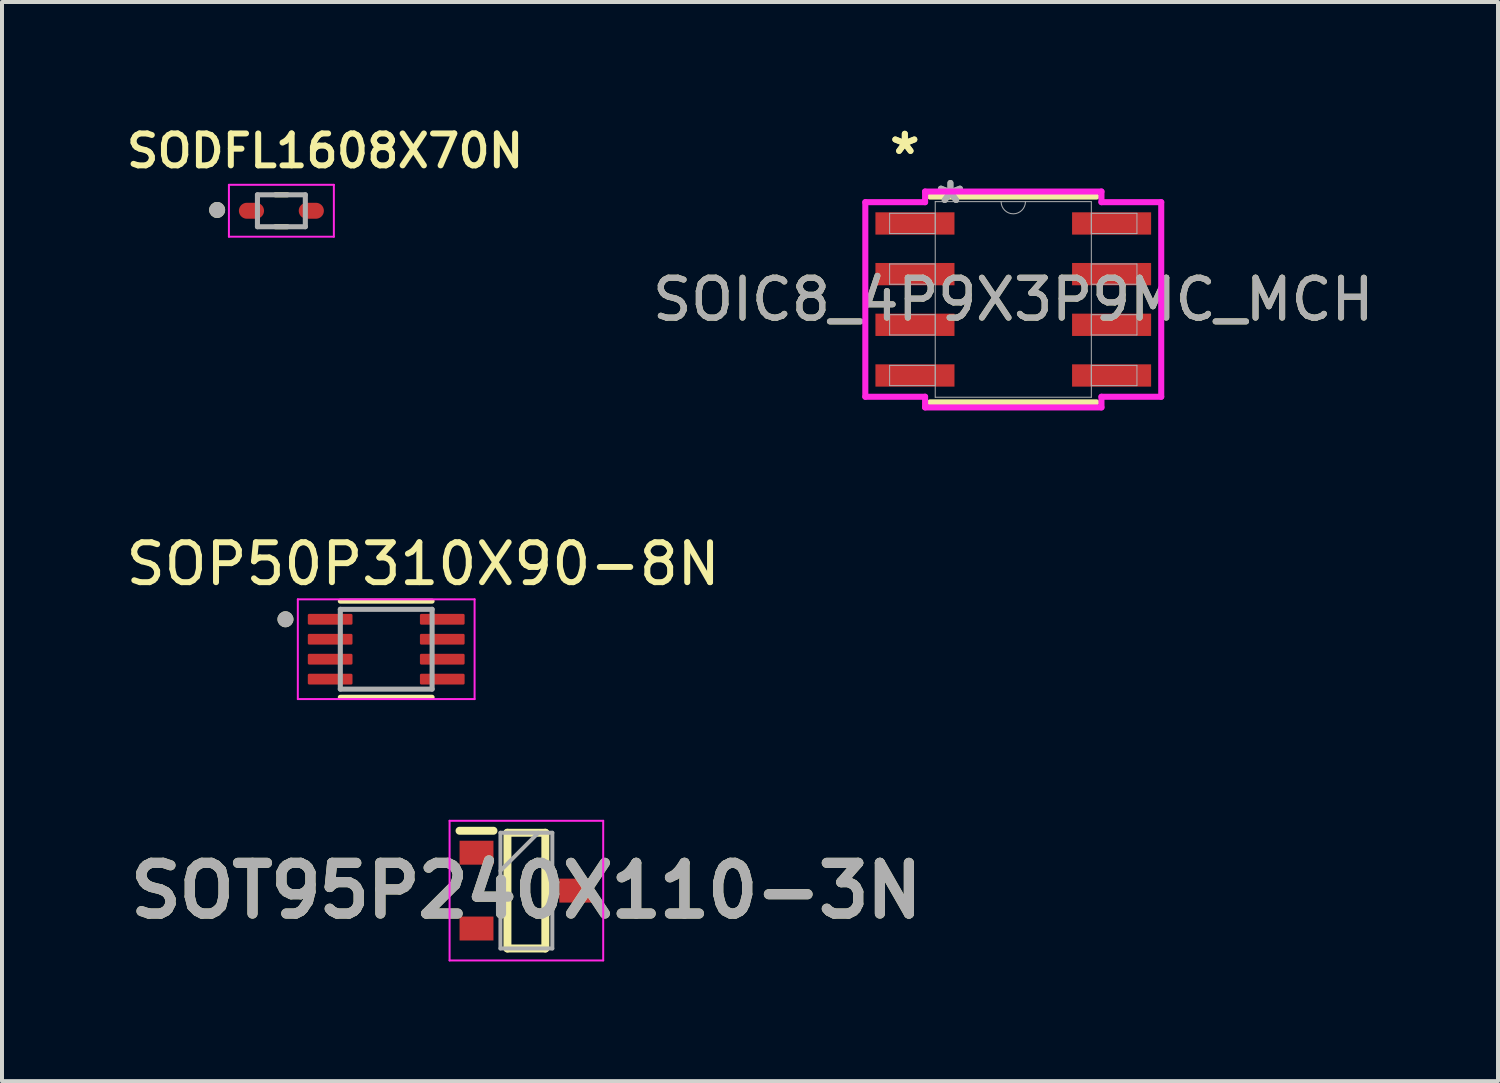
<source format=kicad_pcb>
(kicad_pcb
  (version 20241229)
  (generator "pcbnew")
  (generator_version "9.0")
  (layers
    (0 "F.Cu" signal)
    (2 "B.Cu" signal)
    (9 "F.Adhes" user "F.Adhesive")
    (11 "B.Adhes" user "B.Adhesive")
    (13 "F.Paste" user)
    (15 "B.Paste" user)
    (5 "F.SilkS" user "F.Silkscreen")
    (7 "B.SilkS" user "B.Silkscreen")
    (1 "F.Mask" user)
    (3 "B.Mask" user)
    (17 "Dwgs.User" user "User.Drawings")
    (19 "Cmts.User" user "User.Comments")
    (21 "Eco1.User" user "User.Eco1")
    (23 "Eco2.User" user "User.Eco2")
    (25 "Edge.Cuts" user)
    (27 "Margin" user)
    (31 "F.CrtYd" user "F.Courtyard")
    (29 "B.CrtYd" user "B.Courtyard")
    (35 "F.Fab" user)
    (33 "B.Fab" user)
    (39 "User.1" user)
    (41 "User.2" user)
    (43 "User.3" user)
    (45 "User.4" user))
  (footprint "SOIC8_4P9X3P9MC_MCH"
    (layer "F.Cu")
    (at 22.344 4.455)
    (property "Reference" "SOIC8_4P9X3P9MC_MCH" (at 0 0 0) (unlocked yes) (layer "F.SilkS") (effects (font (size 1 1) (thickness 0.15))))
    (attr smd)
    (fp_line (start -2.083 2.578) (end 2.083 2.578) (stroke (width 0.152) (type solid)) (layer "F.SilkS"))
    (fp_line (start 2.083 -2.578) (end -2.083 -2.578) (stroke (width 0.152) (type solid)) (layer "F.SilkS"))
    (fp_line (start -3.708 -2.438) (end -2.21 -2.438) (stroke (width 0.152) (type solid)) (layer "F.CrtYd"))
    (fp_line (start -3.708 2.438) (end -3.708 -2.438) (stroke (width 0.152) (type solid)) (layer "F.CrtYd"))
    (fp_line (start -3.708 2.438) (end -2.21 2.438) (stroke (width 0.152) (type solid)) (layer "F.CrtYd"))
    (fp_line (start -2.21 -2.705) (end 2.21 -2.705) (stroke (width 0.152) (type solid)) (layer "F.CrtYd"))
    (fp_line (start -2.21 -2.438) (end -2.21 -2.705) (stroke (width 0.152) (type solid)) (layer "F.CrtYd"))
    (fp_line (start -2.21 2.705) (end -2.21 2.438) (stroke (width 0.152) (type solid)) (layer "F.CrtYd"))
    (fp_line (start 2.21 -2.705) (end 2.21 -2.438) (stroke (width 0.152) (type solid)) (layer "F.CrtYd"))
    (fp_line (start 2.21 2.438) (end 2.21 2.705) (stroke (width 0.152) (type solid)) (layer "F.CrtYd"))
    (fp_line (start 2.21 2.705) (end -2.21 2.705) (stroke (width 0.152) (type solid)) (layer "F.CrtYd"))
    (fp_line (start 3.708 -2.438) (end 2.21 -2.438) (stroke (width 0.152) (type solid)) (layer "F.CrtYd"))
    (fp_line (start 3.708 -2.438) (end 3.708 2.438) (stroke (width 0.152) (type solid)) (layer "F.CrtYd"))
    (fp_line (start 3.708 2.438) (end 2.21 2.438) (stroke (width 0.152) (type solid)) (layer "F.CrtYd"))
    (fp_line (start -3.099 -2.159) (end -3.099 -1.651) (stroke (width 0.025) (type solid)) (layer "F.Fab"))
    (fp_line (start -3.099 -1.651) (end -1.956 -1.651) (stroke (width 0.025) (type solid)) (layer "F.Fab"))
    (fp_line (start -3.099 -0.889) (end -3.099 -0.381) (stroke (width 0.025) (type solid)) (layer "F.Fab"))
    (fp_line (start -3.099 -0.381) (end -1.956 -0.381) (stroke (width 0.025) (type solid)) (layer "F.Fab"))
    (fp_line (start -3.099 0.381) (end -3.099 0.889) (stroke (width 0.025) (type solid)) (layer "F.Fab"))
    (fp_line (start -3.099 0.889) (end -1.956 0.889) (stroke (width 0.025) (type solid)) (layer "F.Fab"))
    (fp_line (start -3.099 1.651) (end -3.099 2.159) (stroke (width 0.025) (type solid)) (layer "F.Fab"))
    (fp_line (start -3.099 2.159) (end -1.956 2.159) (stroke (width 0.025) (type solid)) (layer "F.Fab"))
    (fp_line (start -1.956 -2.451) (end -1.956 2.451) (stroke (width 0.025) (type solid)) (layer "F.Fab"))
    (fp_line (start -1.956 -2.159) (end -3.099 -2.159) (stroke (width 0.025) (type solid)) (layer "F.Fab"))
    (fp_line (start -1.956 -1.651) (end -1.956 -2.159) (stroke (width 0.025) (type solid)) (layer "F.Fab"))
    (fp_line (start -1.956 -0.889) (end -3.099 -0.889) (stroke (width 0.025) (type solid)) (layer "F.Fab"))
    (fp_line (start -1.956 -0.381) (end -1.956 -0.889) (stroke (width 0.025) (type solid)) (layer "F.Fab"))
    (fp_line (start -1.956 0.381) (end -3.099 0.381) (stroke (width 0.025) (type solid)) (layer "F.Fab"))
    (fp_line (start -1.956 0.889) (end -1.956 0.381) (stroke (width 0.025) (type solid)) (layer "F.Fab"))
    (fp_line (start -1.956 1.651) (end -3.099 1.651) (stroke (width 0.025) (type solid)) (layer "F.Fab"))
    (fp_line (start -1.956 2.159) (end -1.956 1.651) (stroke (width 0.025) (type solid)) (layer "F.Fab"))
    (fp_line (start -1.956 2.451) (end 1.956 2.451) (stroke (width 0.025) (type solid)) (layer "F.Fab"))
    (fp_line (start 1.956 -2.451) (end -1.956 -2.451) (stroke (width 0.025) (type solid)) (layer "F.Fab"))
    (fp_line (start 1.956 -2.159) (end 1.956 -1.651) (stroke (width 0.025) (type solid)) (layer "F.Fab"))
    (fp_line (start 1.956 -1.651) (end 3.099 -1.651) (stroke (width 0.025) (type solid)) (layer "F.Fab"))
    (fp_line (start 1.956 -0.889) (end 1.956 -0.381) (stroke (width 0.025) (type solid)) (layer "F.Fab"))
    (fp_line (start 1.956 -0.381) (end 3.099 -0.381) (stroke (width 0.025) (type solid)) (layer "F.Fab"))
    (fp_line (start 1.956 0.381) (end 1.956 0.889) (stroke (width 0.025) (type solid)) (layer "F.Fab"))
    (fp_line (start 1.956 0.889) (end 3.099 0.889) (stroke (width 0.025) (type solid)) (layer "F.Fab"))
    (fp_line (start 1.956 1.651) (end 1.956 2.159) (stroke (width 0.025) (type solid)) (layer "F.Fab"))
    (fp_line (start 1.956 2.159) (end 3.099 2.159) (stroke (width 0.025) (type solid)) (layer "F.Fab"))
    (fp_line (start 1.956 2.451) (end 1.956 -2.451) (stroke (width 0.025) (type solid)) (layer "F.Fab"))
    (fp_line (start 3.099 -2.159) (end 1.956 -2.159) (stroke (width 0.025) (type solid)) (layer "F.Fab"))
    (fp_line (start 3.099 -1.651) (end 3.099 -2.159) (stroke (width 0.025) (type solid)) (layer "F.Fab"))
    (fp_line (start 3.099 -0.889) (end 1.956 -0.889) (stroke (width 0.025) (type solid)) (layer "F.Fab"))
    (fp_line (start 3.099 -0.381) (end 3.099 -0.889) (stroke (width 0.025) (type solid)) (layer "F.Fab"))
    (fp_line (start 3.099 0.381) (end 1.956 0.381) (stroke (width 0.025) (type solid)) (layer "F.Fab"))
    (fp_line (start 3.099 0.889) (end 3.099 0.381) (stroke (width 0.025) (type solid)) (layer "F.Fab"))
    (fp_line (start 3.099 1.651) (end 1.956 1.651) (stroke (width 0.025) (type solid)) (layer "F.Fab"))
    (fp_line (start 3.099 2.159) (end 3.099 1.651) (stroke (width 0.025) (type solid)) (layer "F.Fab"))
    (fp_arc (start 0.3048 -2.4511) (mid 0 -2.1463) (end -0.3048 -2.4511) (stroke (width 0.0254) (type solid)) (layer "F.Fab"))
    (fp_text user "*" (at -2.718 -3.607 0) (unlocked yes) (layer "F.SilkS") (effects (font (size 1 1) (thickness 0.15))))
    (fp_text user "*" (at -2.718 -3.607 0) (layer "F.SilkS") (effects (font (size 1 1) (thickness 0.15))))
    (fp_text user "*" (at -1.575 -2.375 0) (layer "F.Fab") (effects (font (size 1 1) (thickness 0.15))))
    (fp_text user "${REFERENCE}" (at 0 0 0) (unlocked yes) (layer "F.Fab") (effects (font (size 1 1) (thickness 0.15))))
    (fp_text user "*" (at -1.575 -2.375 0) (unlocked yes) (layer "F.Fab") (effects (font (size 1 1) (thickness 0.15))))
    (pad "1" smd rect (at -2.464 -1.905) (size 1.981 0.559) (layers "F.Cu" "F.Mask" "F.Paste"))
    (pad "2" smd rect (at -2.464 -0.635) (size 1.981 0.559) (layers "F.Cu" "F.Mask" "F.Paste"))
    (pad "3" smd rect (at -2.464 0.635) (size 1.981 0.559) (layers "F.Cu" "F.Mask" "F.Paste"))
    (pad "4" smd rect (at -2.464 1.905) (size 1.981 0.559) (layers "F.Cu" "F.Mask" "F.Paste"))
    (pad "5" smd rect (at 2.464 1.905) (size 1.981 0.559) (layers "F.Cu" "F.Mask" "F.Paste"))
    (pad "6" smd rect (at 2.464 0.635) (size 1.981 0.559) (layers "F.Cu" "F.Mask" "F.Paste"))
    (pad "7" smd rect (at 2.464 -0.635) (size 1.981 0.559) (layers "F.Cu" "F.Mask" "F.Paste"))
    (pad "8" smd rect (at 2.464 -1.905) (size 1.981 0.559) (layers "F.Cu" "F.Mask" "F.Paste")))
  (footprint "SOT95P240X110-3N"
    (layer "F.Cu")
    (at 10.142 19.27)
    (property "Reference" "SOT95P240X110-3N" (at 0 0 0) (layer "F.SilkS") (effects (font (size 1.27 1.27) (thickness 0.254))))
    (attr smd)
    (fp_line (start -1.675 -1.5) (end -0.825 -1.5) (stroke (width 0.2) (type solid)) (layer "F.SilkS"))
    (fp_line (start -0.475 -1.45) (end 0.475 -1.45) (stroke (width 0.2) (type solid)) (layer "F.SilkS"))
    (fp_line (start -0.475 1.45) (end -0.475 -1.45) (stroke (width 0.2) (type solid)) (layer "F.SilkS"))
    (fp_line (start 0.475 -1.45) (end 0.475 1.45) (stroke (width 0.2) (type solid)) (layer "F.SilkS"))
    (fp_line (start 0.475 1.45) (end -0.475 1.45) (stroke (width 0.2) (type solid)) (layer "F.SilkS"))
    (fp_line (start -1.925 -1.75) (end 1.925 -1.75) (stroke (width 0.05) (type solid)) (layer "F.CrtYd"))
    (fp_line (start -1.925 1.75) (end -1.925 -1.75) (stroke (width 0.05) (type solid)) (layer "F.CrtYd"))
    (fp_line (start 1.925 -1.75) (end 1.925 1.75) (stroke (width 0.05) (type solid)) (layer "F.CrtYd"))
    (fp_line (start 1.925 1.75) (end -1.925 1.75) (stroke (width 0.05) (type solid)) (layer "F.CrtYd"))
    (fp_line (start -0.65 -1.45) (end 0.65 -1.45) (stroke (width 0.1) (type solid)) (layer "F.Fab"))
    (fp_line (start -0.65 -0.5) (end 0.3 -1.45) (stroke (width 0.1) (type solid)) (layer "F.Fab"))
    (fp_line (start -0.65 1.45) (end -0.65 -1.45) (stroke (width 0.1) (type solid)) (layer "F.Fab"))
    (fp_line (start 0.65 -1.45) (end 0.65 1.45) (stroke (width 0.1) (type solid)) (layer "F.Fab"))
    (fp_line (start 0.65 1.45) (end -0.65 1.45) (stroke (width 0.1) (type solid)) (layer "F.Fab"))
    (fp_text user "${REFERENCE}" (at 0 0 0) (layer "F.Fab") (effects (font (size 1.27 1.27) (thickness 0.254))))
    (pad "1" smd rect (at -1.25 -0.95 90) (size 0.6 0.85) (layers "F.Cu" "F.Mask" "F.Paste"))
    (pad "2" smd rect (at -1.25 0.95 90) (size 0.6 0.85) (layers "F.Cu" "F.Mask" "F.Paste"))
    (pad "3" smd rect (at 1.25 0 90) (size 0.6 0.85) (layers "F.Cu" "F.Mask" "F.Paste")))
  (footprint "SODFL1608X70N"
    (layer "F.Cu")
    (at 4.002 2.232)
    (property "Reference" "SODFL1608X70N" (at 1.095 -1.5 0) (layer "F.SilkS") (effects (font (size 0.8 0.8) (thickness 0.15))))
    (attr smd)
    (fp_line (start -0.15 -0.4) (end 0.15 -0.4) (stroke (width 0.127) (type solid)) (layer "F.SilkS"))
    (fp_line (start 0.15 0.4) (end -0.15 0.4) (stroke (width 0.127) (type solid)) (layer "F.SilkS"))
    (fp_circle (center -1.61 -0.02) (end -1.51 -0.02) (stroke (width 0.2) (type solid)) (fill no) (layer "F.SilkS"))
    (fp_line (start -1.315 -0.65) (end -1.315 0.65) (stroke (width 0.05) (type solid)) (layer "F.CrtYd"))
    (fp_line (start -1.315 0.65) (end 1.315 0.65) (stroke (width 0.05) (type solid)) (layer "F.CrtYd"))
    (fp_line (start 1.315 -0.65) (end -1.315 -0.65) (stroke (width 0.05) (type solid)) (layer "F.CrtYd"))
    (fp_line (start 1.315 0.65) (end 1.315 -0.65) (stroke (width 0.05) (type solid)) (layer "F.CrtYd"))
    (fp_line (start -0.6 -0.4) (end -0.6 0.4) (stroke (width 0.127) (type solid)) (layer "F.Fab"))
    (fp_line (start -0.6 0.4) (end 0.6 0.4) (stroke (width 0.127) (type solid)) (layer "F.Fab"))
    (fp_line (start 0.6 -0.4) (end -0.6 -0.4) (stroke (width 0.127) (type solid)) (layer "F.Fab"))
    (fp_line (start 0.6 0.4) (end 0.6 -0.4) (stroke (width 0.127) (type solid)) (layer "F.Fab"))
    (fp_circle (center -1.61 -0.02) (end -1.51 -0.02) (stroke (width 0.2) (type solid)) (fill no) (layer "F.Fab"))
    (pad "A" smd oval (at 0.75 0) (size 0.63 0.4) (layers "F.Cu" "F.Mask" "F.Paste"))
    (pad "C" smd oval (at -0.75 0) (size 0.63 0.4) (layers "F.Cu" "F.Mask" "F.Paste")))
  (footprint "SOP50P310X90-8N"
    (layer "F.Cu")
    (at 6.629 13.22)
    (property "Reference" "SOP50P310X90-8N" (at 0.925 -2.135 0) (layer "F.SilkS") (effects (font (size 1 1) (thickness 0.15))))
    (attr smd)
    (fp_line (start -1.15 -1.205) (end 1.15 -1.205) (stroke (width 0.127) (type solid)) (layer "F.SilkS"))
    (fp_line (start -1.15 1.205) (end 1.15 1.205) (stroke (width 0.127) (type solid)) (layer "F.SilkS"))
    (fp_circle (center -2.525 -0.75) (end -2.425 -0.75) (stroke (width 0.2) (type solid)) (fill no) (layer "F.SilkS"))
    (fp_line (start -2.215 -1.25) (end -2.215 1.25) (stroke (width 0.05) (type solid)) (layer "F.CrtYd"))
    (fp_line (start -2.215 -1.25) (end 2.215 -1.25) (stroke (width 0.05) (type solid)) (layer "F.CrtYd"))
    (fp_line (start -2.215 1.25) (end 2.215 1.25) (stroke (width 0.05) (type solid)) (layer "F.CrtYd"))
    (fp_line (start 2.215 -1.25) (end 2.215 1.25) (stroke (width 0.05) (type solid)) (layer "F.CrtYd"))
    (fp_line (start -1.15 -1) (end -1.15 1) (stroke (width 0.127) (type solid)) (layer "F.Fab"))
    (fp_line (start -1.15 -1) (end 1.15 -1) (stroke (width 0.127) (type solid)) (layer "F.Fab"))
    (fp_line (start -1.15 1) (end 1.15 1) (stroke (width 0.127) (type solid)) (layer "F.Fab"))
    (fp_line (start 1.15 -1) (end 1.15 1) (stroke (width 0.127) (type solid)) (layer "F.Fab"))
    (fp_circle (center -2.525 -0.75) (end -2.425 -0.75) (stroke (width 0.2) (type solid)) (fill no) (layer "F.Fab"))
    (pad "1" smd roundrect (at -1.405 -0.75) (size 1.12 0.27) (layers "F.Cu" "F.Mask" "F.Paste") (roundrect_rratio 0.125))
    (pad "2" smd roundrect (at -1.405 -0.25) (size 1.12 0.27) (layers "F.Cu" "F.Mask" "F.Paste") (roundrect_rratio 0.125))
    (pad "3" smd roundrect (at -1.405 0.25) (size 1.12 0.27) (layers "F.Cu" "F.Mask" "F.Paste") (roundrect_rratio 0.125))
    (pad "4" smd roundrect (at -1.405 0.75) (size 1.12 0.27) (layers "F.Cu" "F.Mask" "F.Paste") (roundrect_rratio 0.125))
    (pad "5" smd roundrect (at 1.405 0.75) (size 1.12 0.27) (layers "F.Cu" "F.Mask" "F.Paste") (roundrect_rratio 0.125))
    (pad "6" smd roundrect (at 1.405 0.25) (size 1.12 0.27) (layers "F.Cu" "F.Mask" "F.Paste") (roundrect_rratio 0.125))
    (pad "7" smd roundrect (at 1.405 -0.25) (size 1.12 0.27) (layers "F.Cu" "F.Mask" "F.Paste") (roundrect_rratio 0.125))
    (pad "8" smd roundrect (at 1.405 -0.75) (size 1.12 0.27) (layers "F.Cu" "F.Mask" "F.Paste") (roundrect_rratio 0.125)))
  (gr_rect
    (start -3 -3)
    (end 34.492 24.045)
    (stroke (width 0.1) (type default))
    (fill no)
    (layer "Edge.Cuts")))
</source>
